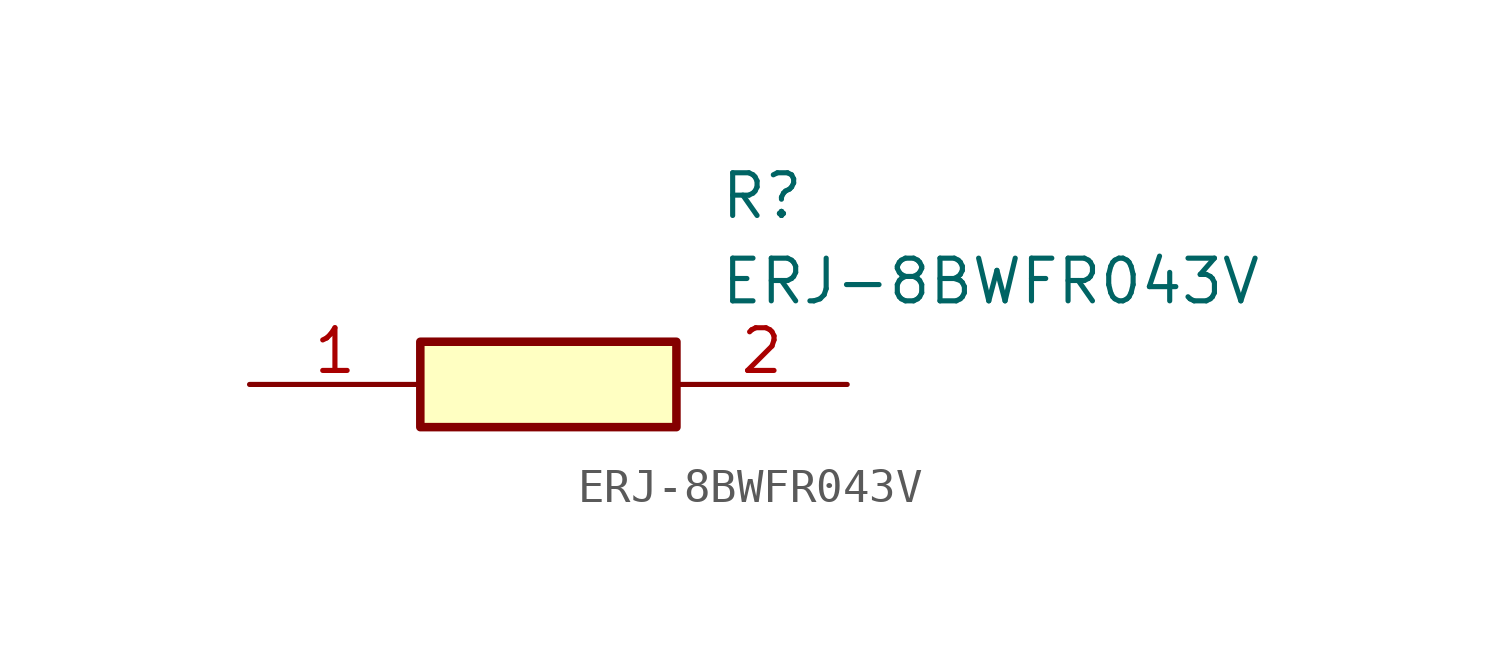
<source format=kicad_sym>
(kicad_symbol_lib
  (version 20211014)
  (generator SamacSys_ECAD_Model)
  (symbol "ERJ-8BWFR043V"
    (pin_names hide)
    (property "Reference" "R"
      (at 13.97 6.35 0)
      (effects (font (size 1.27 1.27)) (justify left top)))
    (property "Value" "ERJ-8BWFR043V"
      (at 13.97 3.81 0)
      (effects (font (size 1.27 1.27)) (justify left top)))
    (rectangle
      (start 5.08 1.27)
      (end 12.7 -1.27)
      (stroke (width 0.254) (type default))
      (fill (type background)))
    (pin passive line
      (at 0 0 0)
      (length 5.08)
      (name "1" (effects (font (size 1.27 1.27))))
      (number "1" (effects (font (size 1.27 1.27)))))
    (pin passive line
      (at 17.78 0 180)
      (length 5.08)
      (name "2" (effects (font (size 1.27 1.27))))
      (number "2" (effects (font (size 1.27 1.27)))))))
</source>
